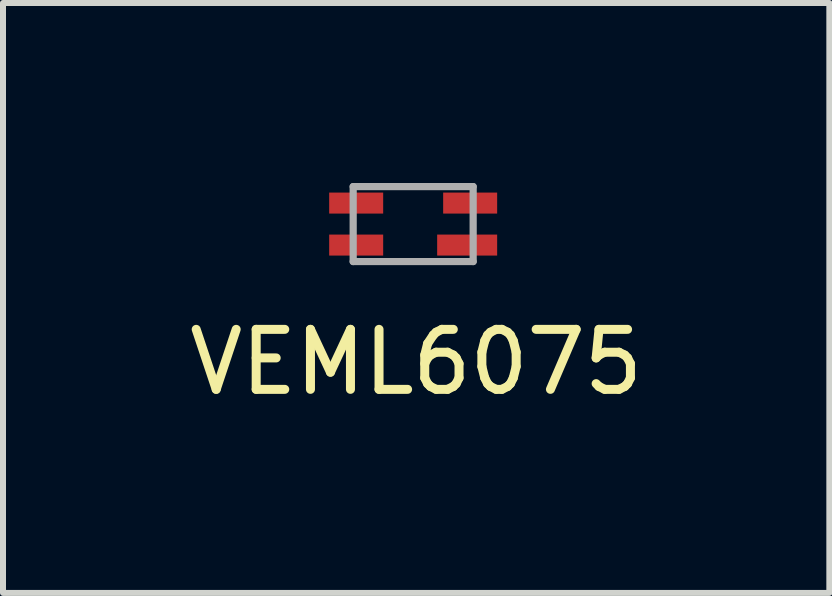
<source format=kicad_pcb>
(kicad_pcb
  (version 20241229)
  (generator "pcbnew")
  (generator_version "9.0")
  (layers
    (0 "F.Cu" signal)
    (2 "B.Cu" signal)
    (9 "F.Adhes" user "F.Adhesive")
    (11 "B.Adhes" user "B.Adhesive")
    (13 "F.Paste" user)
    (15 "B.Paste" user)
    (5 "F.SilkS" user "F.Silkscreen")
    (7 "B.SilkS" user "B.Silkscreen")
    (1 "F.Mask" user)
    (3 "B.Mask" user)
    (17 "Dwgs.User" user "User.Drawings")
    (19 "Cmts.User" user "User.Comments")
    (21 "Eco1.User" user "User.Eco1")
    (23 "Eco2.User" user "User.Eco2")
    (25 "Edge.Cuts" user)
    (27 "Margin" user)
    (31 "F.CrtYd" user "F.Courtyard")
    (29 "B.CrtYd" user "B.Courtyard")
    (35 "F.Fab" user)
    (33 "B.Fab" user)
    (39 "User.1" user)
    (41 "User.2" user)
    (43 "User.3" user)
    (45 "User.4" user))
  (footprint "VEML6075"
    (layer "F.Cu")
    (at 3.837 0.685)
    (property "Reference" "VEML6075" (at 0.05 2.3 0) (layer "F.SilkS") (effects (font (size 1 1) (thickness 0.15))))
    (attr through_hole)
    (fp_line (start -1 -0.625) (end 1 -0.625) (stroke (width 0.12) (type solid)) (layer "F.Fab"))
    (fp_line (start -1 0.625) (end -1 -0.625) (stroke (width 0.12) (type solid)) (layer "F.Fab"))
    (fp_line (start 1 -0.625) (end 1 0.625) (stroke (width 0.12) (type solid)) (layer "F.Fab"))
    (fp_line (start 1 0.625) (end -1 0.625) (stroke (width 0.12) (type solid)) (layer "F.Fab"))
    (pad "1" smd rect (at -0.95 -0.35) (size 0.9 0.35) (layers "F.Cu" "F.Mask" "F.Paste"))
    (pad "2" smd rect (at -0.95 0.35) (size 0.9 0.35) (layers "F.Cu" "F.Mask" "F.Paste"))
    (pad "3" smd rect (at 0.9 0.35) (size 1 0.35) (layers "F.Cu" "F.Mask" "F.Paste"))
    (pad "4" smd rect (at 0.95 -0.35) (size 0.9 0.35) (layers "F.Cu" "F.Mask" "F.Paste")))
  (gr_rect
    (start -3 -3)
    (end 10.774 6.833)
    (stroke (width 0.1) (type default))
    (fill no)
    (layer "Edge.Cuts")))
</source>
